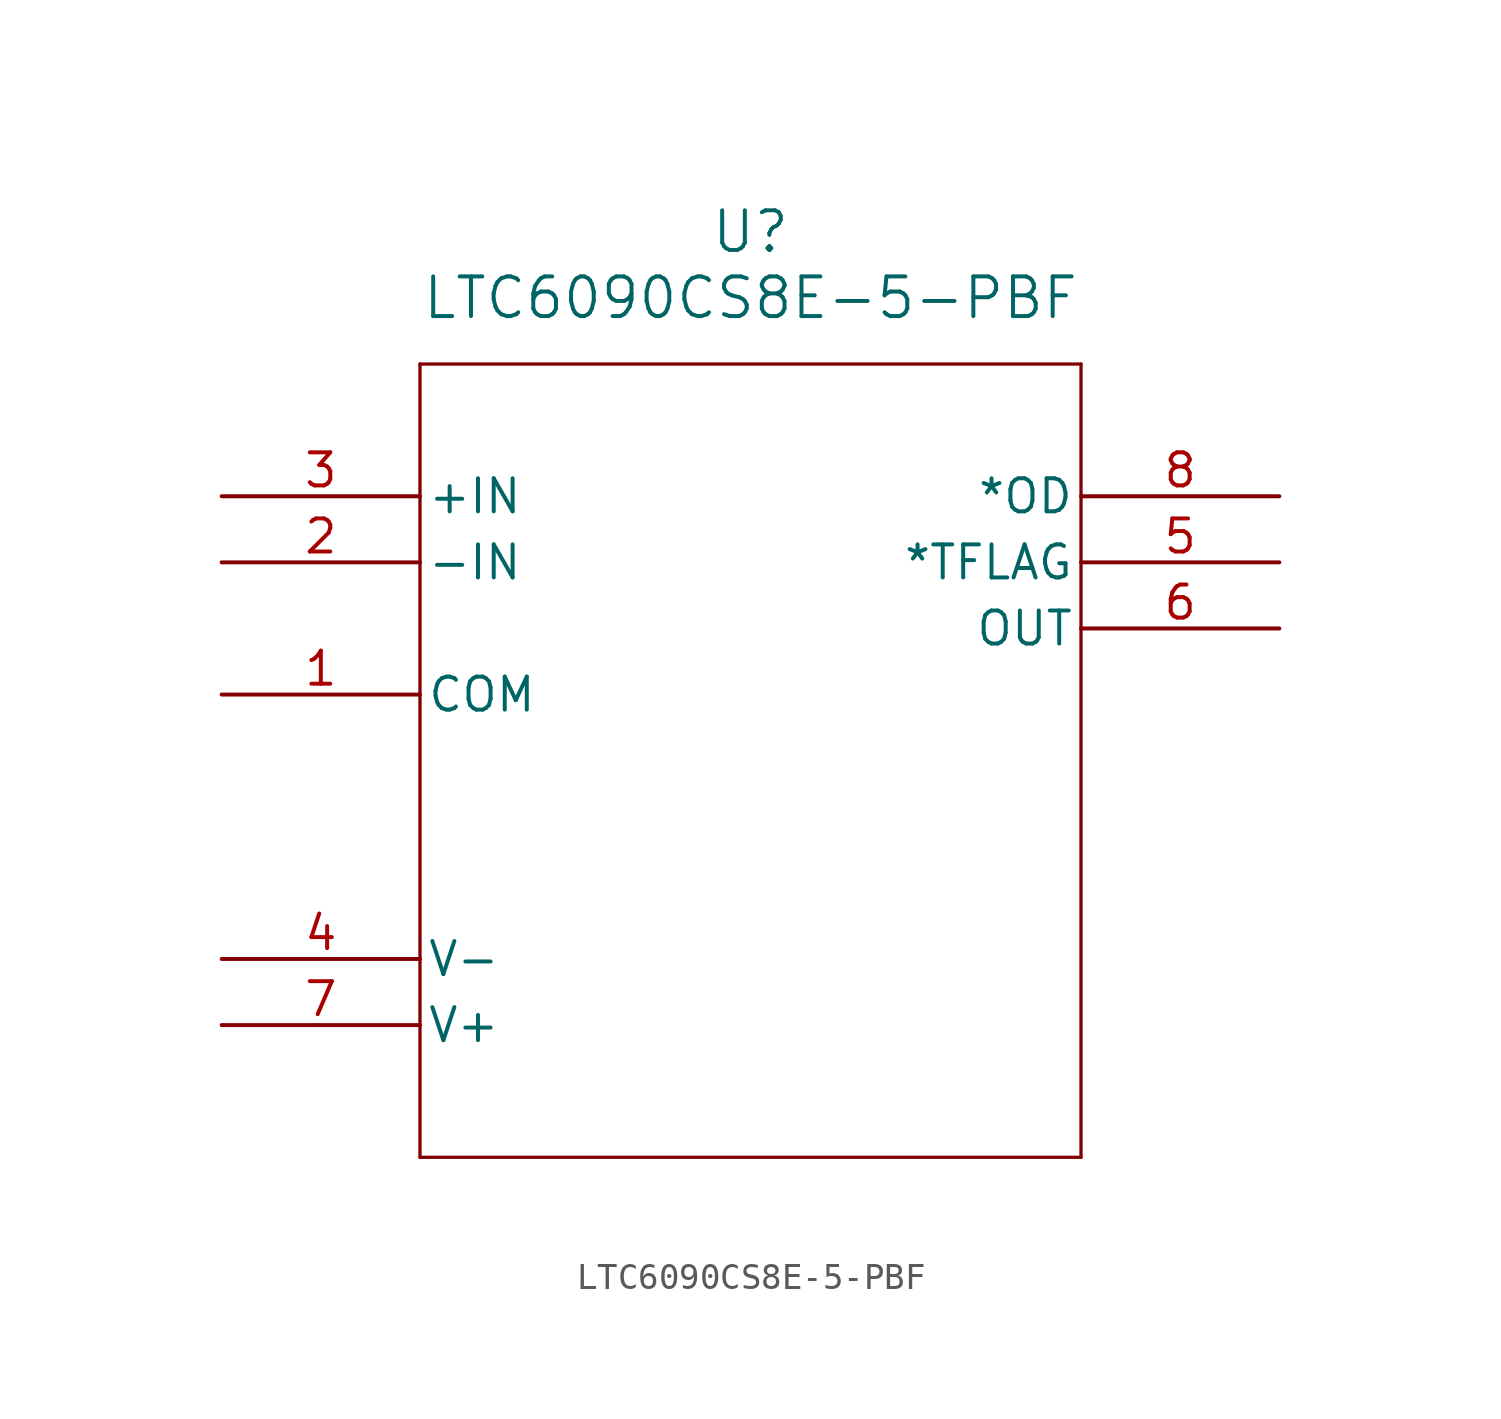
<source format=kicad_sym>
(kicad_symbol_lib
  (version 20211014)
  (generator kicad_symbol_editor)
  (symbol "LTC6090CS8E-5-PBF"
    (pin_names
      (offset 0.254))
    (property "Reference" "U"
      (at 20.32 10.16 0)
      (effects (font (size 1.524 1.524))))
    (property "Value" "LTC6090CS8E-5-PBF"
      (at 20.32 7.62 0)
      (effects (font (size 1.524 1.524))))
    (symbol "LTC6090CS8E-5-PBF_0_1"
      (polyline (pts (xy 7.62 5.08) (xy 7.62 -25.4)) (stroke (width 0.127) (type default) (color 0 0 0 0)) (fill (type none)))
      (polyline (pts (xy 7.62 -25.4) (xy 33.02 -25.4)) (stroke (width 0.127) (type default) (color 0 0 0 0)) (fill (type none)))
      (polyline (pts (xy 33.02 -25.4) (xy 33.02 5.08)) (stroke (width 0.127) (type default) (color 0 0 0 0)) (fill (type none)))
      (polyline (pts (xy 33.02 5.08) (xy 7.62 5.08)) (stroke (width 0.127) (type default) (color 0 0 0 0)) (fill (type none)))
      (pin unspecified line (at 0 -7.62 0) (length 7.62) (name "COM" (effects (font (size 1.27 1.27)))) (number "1" (effects (font (size 1.27 1.27)))))
      (pin input line (at 0 -2.54 0) (length 7.62) (name "-IN" (effects (font (size 1.27 1.27)))) (number "2" (effects (font (size 1.27 1.27)))))
      (pin input line (at 0 0 0) (length 7.62) (name "+IN" (effects (font (size 1.27 1.27)))) (number "3" (effects (font (size 1.27 1.27)))))
      (pin power_in line (at 0 -17.78 0) (length 7.62) (name "V-" (effects (font (size 1.27 1.27)))) (number "4" (effects (font (size 1.27 1.27)))))
      (pin output line (at 40.64 -2.54 180) (length 7.62) (name "*TFLAG" (effects (font (size 1.27 1.27)))) (number "5" (effects (font (size 1.27 1.27)))))
      (pin output line (at 40.64 -5.08 180) (length 7.62) (name "OUT" (effects (font (size 1.27 1.27)))) (number "6" (effects (font (size 1.27 1.27)))))
      (pin power_in line (at 0 -20.32 0) (length 7.62) (name "V+" (effects (font (size 1.27 1.27)))) (number "7" (effects (font (size 1.27 1.27)))))
      (pin output line (at 40.64 0 180) (length 7.62) (name "*OD" (effects (font (size 1.27 1.27)))) (number "8" (effects (font (size 1.27 1.27))))))))
</source>
